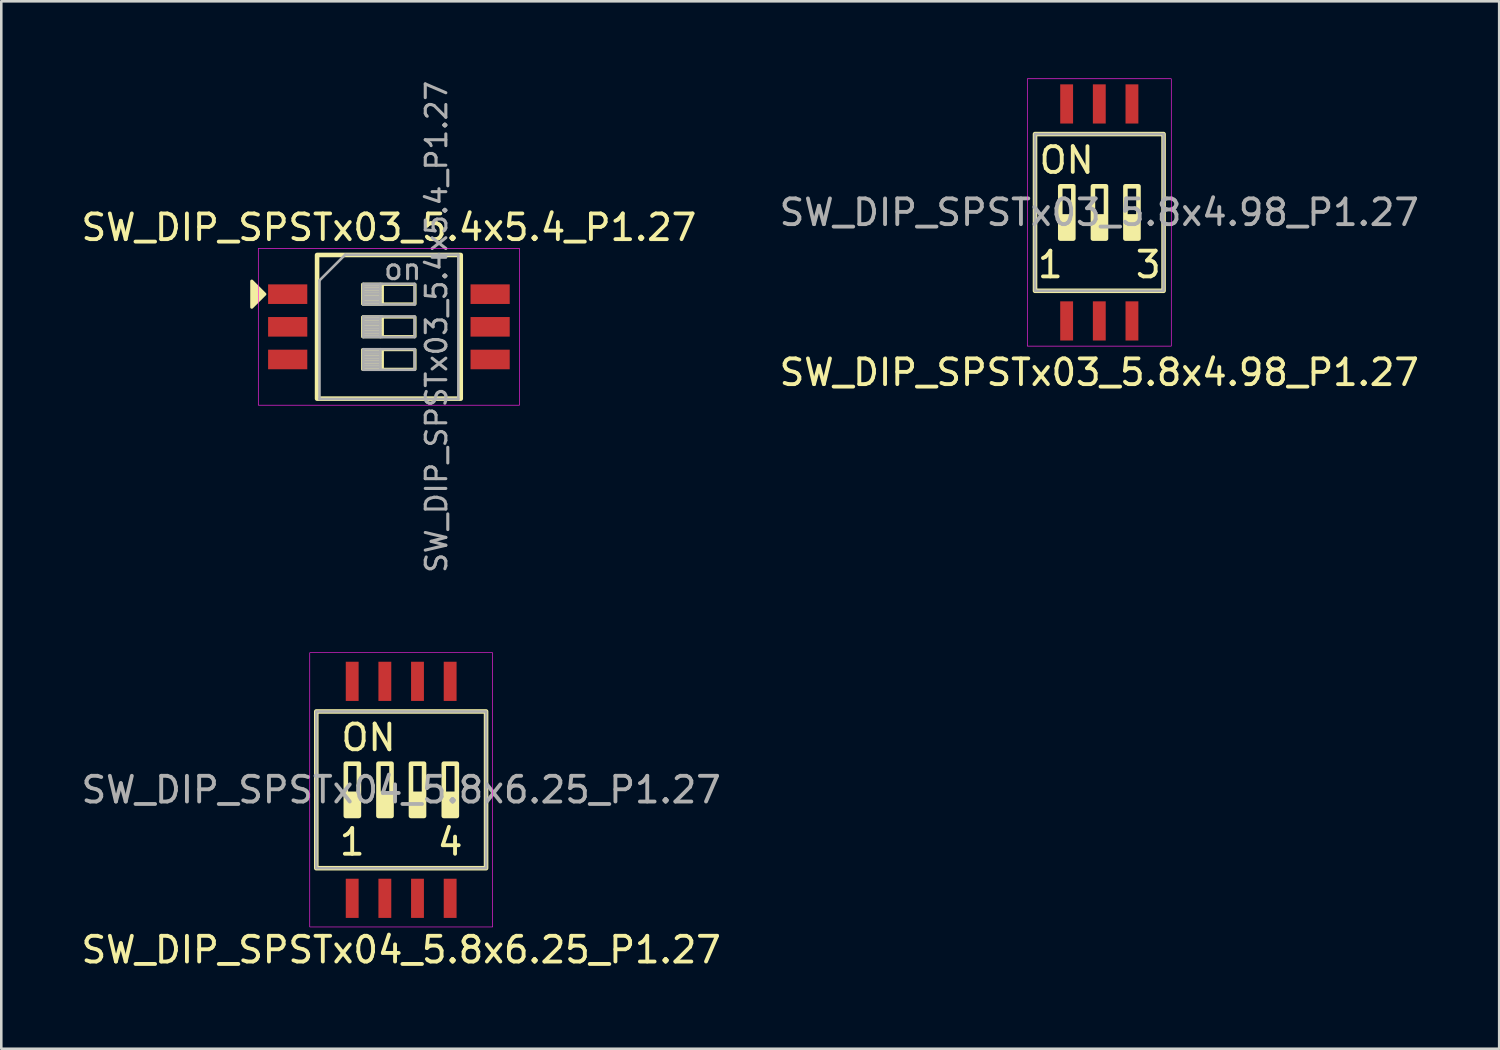
<source format=kicad_pcb>
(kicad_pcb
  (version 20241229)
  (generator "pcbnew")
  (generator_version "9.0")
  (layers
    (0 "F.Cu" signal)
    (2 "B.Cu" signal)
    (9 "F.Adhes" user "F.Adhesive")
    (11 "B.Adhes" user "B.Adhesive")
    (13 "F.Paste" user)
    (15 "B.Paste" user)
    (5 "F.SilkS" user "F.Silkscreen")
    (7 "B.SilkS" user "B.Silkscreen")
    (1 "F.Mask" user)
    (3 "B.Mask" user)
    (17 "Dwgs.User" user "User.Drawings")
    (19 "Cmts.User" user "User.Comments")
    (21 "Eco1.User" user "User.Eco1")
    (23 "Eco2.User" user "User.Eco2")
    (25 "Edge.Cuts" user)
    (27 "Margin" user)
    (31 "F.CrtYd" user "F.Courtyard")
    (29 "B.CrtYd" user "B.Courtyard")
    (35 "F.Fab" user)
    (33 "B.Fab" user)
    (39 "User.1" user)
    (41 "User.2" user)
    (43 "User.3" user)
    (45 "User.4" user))
  (footprint "SW_DIP_SPSTx04_5.8x6.25_P1.27"
    (layer "F.Cu")
    (at 12.554 27.671)
    (property "Reference" "SW_DIP_SPSTx04_5.8x6.25_P1.27" (at 0 6.223 0) (unlocked yes) (layer "F.SilkS") (effects (font (size 1 1) (thickness 0.15))))
    (fp_rect (start -3.302 -3.048) (end 3.302 3.048) (stroke (width 0.178) (type solid)) (fill no) (layer "F.SilkS"))
    (fp_rect (start -2.159 1.016) (end -1.651 0.127) (stroke (width 0.12) (type solid)) (fill yes) (layer "F.SilkS"))
    (fp_rect (start -2.153 -1.016) (end -1.645 1.016) (stroke (width 0.178) (type solid)) (fill no) (layer "F.SilkS"))
    (fp_rect (start -0.889 1.016) (end -0.381 0.127) (stroke (width 0.12) (type solid)) (fill yes) (layer "F.SilkS"))
    (fp_rect (start -0.883 -1.016) (end -0.375 1.016) (stroke (width 0.178) (type solid)) (fill no) (layer "F.SilkS"))
    (fp_rect (start 0.381 -1.016) (end 0.889 1.016) (stroke (width 0.178) (type solid)) (fill no) (layer "F.SilkS"))
    (fp_rect (start 0.381 1.016) (end 0.889 0.127) (stroke (width 0.12) (type solid)) (fill yes) (layer "F.SilkS"))
    (fp_rect (start 1.651 1.016) (end 2.159 0.127) (stroke (width 0.12) (type solid)) (fill yes) (layer "F.SilkS"))
    (fp_rect (start 1.657 -1.016) (end 2.165 1.016) (stroke (width 0.178) (type solid)) (fill no) (layer "F.SilkS"))
    (fp_rect (start -3.556 -5.334) (end 3.556 5.334) (stroke (width 0.025) (type solid)) (fill no) (layer "F.CrtYd"))
    (fp_rect (start -3.302 -3.048) (end 3.302 3.048) (stroke (width 0.1) (type solid)) (fill no) (layer "F.Fab"))
    (fp_text user "4" (at 1.905 2.032 0) (unlocked yes) (layer "F.SilkS") (effects (font (size 1 1) (thickness 0.15))))
    (fp_text user "ON" (at -1.27 -2.032 0) (unlocked yes) (layer "F.SilkS") (effects (font (size 1 1) (thickness 0.15))))
    (fp_text user "1" (at -1.905 2.032 0) (unlocked yes) (layer "F.SilkS") (effects (font (size 1 1) (thickness 0.15))))
    (fp_text user "${REFERENCE}" (at 0 0 0) (unlocked yes) (layer "F.Fab") (effects (font (size 1 1) (thickness 0.15))))
    (pad "1" smd rect (at -1.905 4.22) (size 0.5 1.524) (layers "F.Cu" "F.Mask" "F.Paste"))
    (pad "2" smd rect (at -0.635 4.22) (size 0.5 1.524) (layers "F.Cu" "F.Mask" "F.Paste"))
    (pad "3" smd rect (at 0.635 4.22) (size 0.5 1.524) (layers "F.Cu" "F.Mask" "F.Paste"))
    (pad "4" smd rect (at 1.905 4.22) (size 0.5 1.524) (layers "F.Cu" "F.Mask" "F.Paste"))
    (pad "5" smd rect (at 1.905 -4.22) (size 0.5 1.524) (layers "F.Cu" "F.Mask" "F.Paste"))
    (pad "6" smd rect (at 0.635 -4.22) (size 0.5 1.524) (layers "F.Cu" "F.Mask" "F.Paste"))
    (pad "7" smd rect (at -0.635 -4.22) (size 0.5 1.524) (layers "F.Cu" "F.Mask" "F.Paste"))
    (pad "8" smd rect (at -1.905 -4.22) (size 0.5 1.524) (layers "F.Cu" "F.Mask" "F.Paste")))
  (footprint "SW_DIP_SPSTx03_5.8x4.98_P1.27"
    (layer "F.Cu")
    (at 39.708 5.213)
    (property "Reference" "SW_DIP_SPSTx03_5.8x4.98_P1.27" (at 0 6.223 0) (unlocked yes) (layer "F.SilkS") (effects (font (size 1 1) (thickness 0.15))))
    (fp_rect (start -2.5 -3.048) (end 2.5 3.048) (stroke (width 0.178) (type solid)) (fill no) (layer "F.SilkS"))
    (fp_rect (start -1.524 1.016) (end -1.016 0.127) (stroke (width 0.12) (type solid)) (fill yes) (layer "F.SilkS"))
    (fp_rect (start -1.518 -1.016) (end -1.01 1.016) (stroke (width 0.178) (type solid)) (fill no) (layer "F.SilkS"))
    (fp_rect (start -0.254 1.016) (end 0.254 0.127) (stroke (width 0.12) (type solid)) (fill yes) (layer "F.SilkS"))
    (fp_rect (start -0.248 -1.016) (end 0.26 1.016) (stroke (width 0.178) (type solid)) (fill no) (layer "F.SilkS"))
    (fp_rect (start 1.016 -1.016) (end 1.524 1.016) (stroke (width 0.178) (type solid)) (fill no) (layer "F.SilkS"))
    (fp_rect (start 1.016 1.016) (end 1.524 0.127) (stroke (width 0.12) (type solid)) (fill yes) (layer "F.SilkS"))
    (fp_rect (start -2.8 -5.2) (end 2.8 5.2) (stroke (width 0.025) (type solid)) (fill no) (layer "F.CrtYd"))
    (fp_rect (start -2.5 -3.048) (end 2.5 3.048) (stroke (width 0.1) (type solid)) (fill no) (layer "F.Fab"))
    (fp_text user "ON" (at -1.27 -2.032 0) (unlocked yes) (layer "F.SilkS") (effects (font (size 1 1) (thickness 0.15))))
    (fp_text user "1" (at -1.905 2.032 0) (unlocked yes) (layer "F.SilkS") (effects (font (size 1 1) (thickness 0.15))))
    (fp_text user "3" (at 1.905 2.032 0) (unlocked yes) (layer "F.SilkS") (effects (font (size 1 1) (thickness 0.15))))
    (fp_text user "${REFERENCE}" (at 0 0 0) (unlocked yes) (layer "F.Fab") (effects (font (size 1 1) (thickness 0.15))))
    (pad "1" smd rect (at -1.27 4.22) (size 0.5 1.524) (layers "F.Cu" "F.Mask" "F.Paste"))
    (pad "2" smd rect (at 0 4.22) (size 0.5 1.524) (layers "F.Cu" "F.Mask" "F.Paste"))
    (pad "3" smd rect (at 1.27 4.22) (size 0.5 1.524) (layers "F.Cu" "F.Mask" "F.Paste"))
    (pad "4" smd rect (at 1.27 -4.22) (size 0.5 1.524) (layers "F.Cu" "F.Mask" "F.Paste"))
    (pad "5" smd rect (at 0 -4.22) (size 0.5 1.524) (layers "F.Cu" "F.Mask" "F.Paste"))
    (pad "6" smd rect (at -1.27 -4.22) (size 0.5 1.524) (layers "F.Cu" "F.Mask" "F.Paste")))
  (footprint "SW_DIP_SPSTx03_5.4x5.4_P1.27"
    (layer "F.Cu")
    (at 12.077 9.662)
    (property "Reference" "SW_DIP_SPSTx03_5.4x5.4_P1.27" (at 0 -3.865 0) (layer "F.SilkS") (effects (font (size 1 1) (thickness 0.15))))
    (attr smd)
    (fp_rect (start -2.794 2.794) (end 2.794 -2.794) (stroke (width 0.178) (type solid)) (fill no) (layer "F.SilkS"))
    (fp_rect (start -1.016 -0.889) (end -0.254 -1.651) (stroke (width 0.12) (type solid)) (fill yes) (layer "F.SilkS"))
    (fp_rect (start -1.016 0.381) (end -0.254 -0.381) (stroke (width 0.12) (type solid)) (fill yes) (layer "F.SilkS"))
    (fp_rect (start -1.016 1.651) (end -0.254 0.889) (stroke (width 0.12) (type solid)) (fill yes) (layer "F.SilkS"))
    (fp_rect (start 1.016 -1.651) (end -1.016 -0.889) (stroke (width 0.12) (type solid)) (fill no) (layer "F.SilkS"))
    (fp_rect (start 1.016 -0.381) (end -1.016 0.381) (stroke (width 0.12) (type solid)) (fill no) (layer "F.SilkS"))
    (fp_rect (start 1.016 0.889) (end -1.016 1.651) (stroke (width 0.12) (type solid)) (fill no) (layer "F.SilkS"))
    (fp_poly (pts (xy -4.826 -1.27) (xy -5.334 -0.762) (xy -5.334 -1.778)) (stroke (width 0.12) (type solid)) (fill yes) (layer "F.SilkS"))
    (fp_rect (start -5.08 3.048) (end 5.08 -3.048) (stroke (width 0.025) (type solid)) (fill no) (layer "F.CrtYd"))
    (fp_line (start -2.7 -1.805) (end -1.7 -2.805) (stroke (width 0.1) (type solid)) (layer "F.Fab"))
    (fp_line (start -2.7 2.805) (end -2.7 -1.805) (stroke (width 0.1) (type solid)) (layer "F.Fab"))
    (fp_line (start -1.7 -2.805) (end 2.7 -2.805) (stroke (width 0.1) (type solid)) (layer "F.Fab"))
    (fp_line (start -1 -1.67) (end -1 -0.87) (stroke (width 0.1) (type solid)) (layer "F.Fab"))
    (fp_line (start -1 -1.57) (end -0.333 -1.57) (stroke (width 0.1) (type solid)) (layer "F.Fab"))
    (fp_line (start -1 -1.47) (end -0.333 -1.47) (stroke (width 0.1) (type solid)) (layer "F.Fab"))
    (fp_line (start -1 -1.37) (end -0.333 -1.37) (stroke (width 0.1) (type solid)) (layer "F.Fab"))
    (fp_line (start -1 -1.27) (end -0.333 -1.27) (stroke (width 0.1) (type solid)) (layer "F.Fab"))
    (fp_line (start -1 -1.17) (end -0.333 -1.17) (stroke (width 0.1) (type solid)) (layer "F.Fab"))
    (fp_line (start -1 -1.07) (end -0.333 -1.07) (stroke (width 0.1) (type solid)) (layer "F.Fab"))
    (fp_line (start -1 -0.97) (end -0.333 -0.97) (stroke (width 0.1) (type solid)) (layer "F.Fab"))
    (fp_line (start -1 -0.87) (end 1 -0.87) (stroke (width 0.1) (type solid)) (layer "F.Fab"))
    (fp_line (start -1 -0.4) (end -1 0.4) (stroke (width 0.1) (type solid)) (layer "F.Fab"))
    (fp_line (start -1 -0.3) (end -0.333 -0.3) (stroke (width 0.1) (type solid)) (layer "F.Fab"))
    (fp_line (start -1 -0.2) (end -0.333 -0.2) (stroke (width 0.1) (type solid)) (layer "F.Fab"))
    (fp_line (start -1 -0.1) (end -0.333 -0.1) (stroke (width 0.1) (type solid)) (layer "F.Fab"))
    (fp_line (start -1 0) (end -0.333 0) (stroke (width 0.1) (type solid)) (layer "F.Fab"))
    (fp_line (start -1 0.1) (end -0.333 0.1) (stroke (width 0.1) (type solid)) (layer "F.Fab"))
    (fp_line (start -1 0.2) (end -0.333 0.2) (stroke (width 0.1) (type solid)) (layer "F.Fab"))
    (fp_line (start -1 0.3) (end -0.333 0.3) (stroke (width 0.1) (type solid)) (layer "F.Fab"))
    (fp_line (start -1 0.4) (end 1 0.4) (stroke (width 0.1) (type solid)) (layer "F.Fab"))
    (fp_line (start -1 0.87) (end -1 1.67) (stroke (width 0.1) (type solid)) (layer "F.Fab"))
    (fp_line (start -1 0.97) (end -0.333 0.97) (stroke (width 0.1) (type solid)) (layer "F.Fab"))
    (fp_line (start -1 1.07) (end -0.333 1.07) (stroke (width 0.1) (type solid)) (layer "F.Fab"))
    (fp_line (start -1 1.17) (end -0.333 1.17) (stroke (width 0.1) (type solid)) (layer "F.Fab"))
    (fp_line (start -1 1.27) (end -0.333 1.27) (stroke (width 0.1) (type solid)) (layer "F.Fab"))
    (fp_line (start -1 1.37) (end -0.333 1.37) (stroke (width 0.1) (type solid)) (layer "F.Fab"))
    (fp_line (start -1 1.47) (end -0.333 1.47) (stroke (width 0.1) (type solid)) (layer "F.Fab"))
    (fp_line (start -1 1.57) (end -0.333 1.57) (stroke (width 0.1) (type solid)) (layer "F.Fab"))
    (fp_line (start -1 1.67) (end 1 1.67) (stroke (width 0.1) (type solid)) (layer "F.Fab"))
    (fp_line (start -0.333 -1.67) (end -0.333 -0.87) (stroke (width 0.1) (type solid)) (layer "F.Fab"))
    (fp_line (start -0.333 -0.4) (end -0.333 0.4) (stroke (width 0.1) (type solid)) (layer "F.Fab"))
    (fp_line (start -0.333 0.87) (end -0.333 1.67) (stroke (width 0.1) (type solid)) (layer "F.Fab"))
    (fp_line (start 1 -1.67) (end -1 -1.67) (stroke (width 0.1) (type solid)) (layer "F.Fab"))
    (fp_line (start 1 -0.87) (end 1 -1.67) (stroke (width 0.1) (type solid)) (layer "F.Fab"))
    (fp_line (start 1 -0.4) (end -1 -0.4) (stroke (width 0.1) (type solid)) (layer "F.Fab"))
    (fp_line (start 1 0.4) (end 1 -0.4) (stroke (width 0.1) (type solid)) (layer "F.Fab"))
    (fp_line (start 1 0.87) (end -1 0.87) (stroke (width 0.1) (type solid)) (layer "F.Fab"))
    (fp_line (start 1 1.67) (end 1 0.87) (stroke (width 0.1) (type solid)) (layer "F.Fab"))
    (fp_line (start 2.7 -2.805) (end 2.7 2.805) (stroke (width 0.1) (type solid)) (layer "F.Fab"))
    (fp_line (start 2.7 2.805) (end -2.7 2.805) (stroke (width 0.1) (type solid)) (layer "F.Fab"))
    (fp_text user "${REFERENCE}" (at 1.85 0 90) (layer "F.Fab") (effects (font (size 0.8 0.8) (thickness 0.12))))
    (fp_text user "on" (at 0.537 -2.237 0) (layer "F.Fab") (effects (font (size 0.8 0.8) (thickness 0.12))))
    (pad "1" smd rect (at -3.937 -1.27) (size 1.524 0.762) (layers "F.Cu" "F.Mask" "F.Paste"))
    (pad "2" smd rect (at -3.937 0) (size 1.524 0.762) (layers "F.Cu" "F.Mask" "F.Paste"))
    (pad "3" smd rect (at -3.937 1.27) (size 1.524 0.762) (layers "F.Cu" "F.Mask" "F.Paste"))
    (pad "4" smd rect (at 3.937 1.27) (size 1.524 0.762) (layers "F.Cu" "F.Mask" "F.Paste"))
    (pad "5" smd rect (at 3.937 0) (size 1.524 0.762) (layers "F.Cu" "F.Mask" "F.Paste"))
    (pad "6" smd rect (at 3.937 -1.27) (size 1.524 0.762) (layers "F.Cu" "F.Mask" "F.Paste")))
  (gr_rect
    (start -3 -3)
    (end 55.262 37.742)
    (stroke (width 0.1) (type default))
    (fill no)
    (layer "Edge.Cuts")))
</source>
